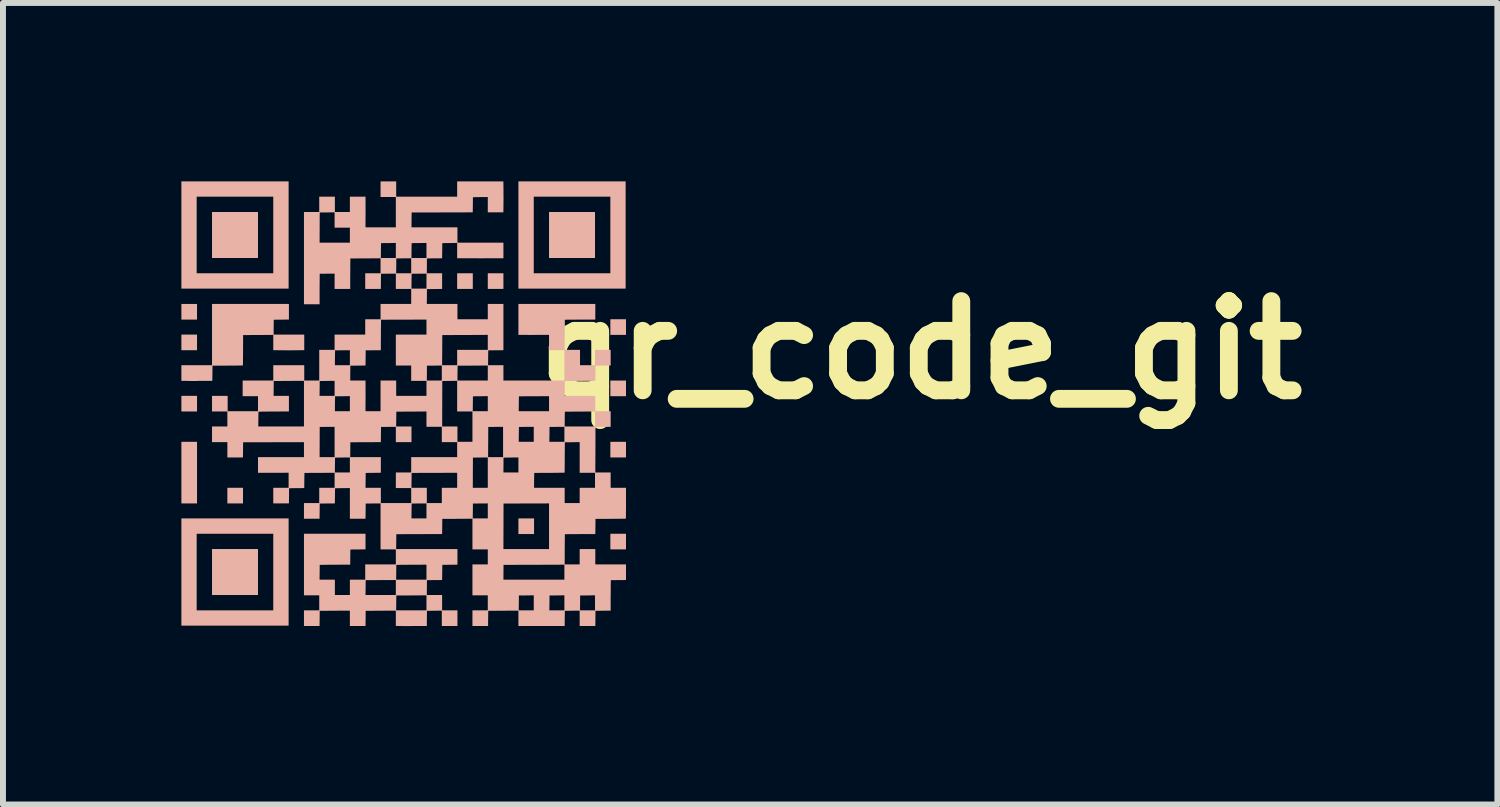
<source format=kicad_pcb>
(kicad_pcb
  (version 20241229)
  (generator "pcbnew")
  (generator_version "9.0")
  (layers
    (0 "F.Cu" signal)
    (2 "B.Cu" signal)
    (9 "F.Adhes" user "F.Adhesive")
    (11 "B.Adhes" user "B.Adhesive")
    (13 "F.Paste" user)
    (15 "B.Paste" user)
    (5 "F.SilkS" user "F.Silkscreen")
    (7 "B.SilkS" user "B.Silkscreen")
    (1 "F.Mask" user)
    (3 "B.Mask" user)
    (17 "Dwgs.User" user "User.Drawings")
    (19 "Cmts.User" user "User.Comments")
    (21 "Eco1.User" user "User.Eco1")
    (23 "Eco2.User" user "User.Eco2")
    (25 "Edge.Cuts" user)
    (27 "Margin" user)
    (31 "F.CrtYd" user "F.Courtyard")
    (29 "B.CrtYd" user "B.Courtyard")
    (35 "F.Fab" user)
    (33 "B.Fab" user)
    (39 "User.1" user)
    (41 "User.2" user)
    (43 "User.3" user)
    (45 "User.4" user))
  (footprint "qr_code_git"
    (layer "F.Cu")
    (at 3.735 3.735)
    (property "Reference" "qr_code_git" (at 8.7 -0.9 0) (layer "F.SilkS") (effects (font (size 1.5 1.5) (thickness 0.3))))
    (attr board_only exclude_from_pos_files exclude_from_bom)
    (fp_poly (pts (xy -3.472 -1.543) (xy -3.472 -1.411) (xy -3.604 -1.411) (xy -3.735 -1.411) (xy -3.735 -1.543) (xy -3.735 -1.674) (xy -3.604 -1.674) (xy -3.472 -1.674)) (stroke (width 0) (type solid)) (fill yes) (layer "B.SilkS"))
    (fp_poly (pts (xy -3.472 -1.028) (xy -3.472 -0.896) (xy -3.604 -0.896) (xy -3.735 -0.896) (xy -3.735 -1.028) (xy -3.735 -1.159) (xy -3.604 -1.159) (xy -3.472 -1.159)) (stroke (width 0) (type solid)) (fill yes) (layer "B.SilkS"))
    (fp_poly (pts (xy -3.472 0.003) (xy -3.472 0.134) (xy -3.604 0.134) (xy -3.735 0.134) (xy -3.735 0.003) (xy -3.735 -0.129) (xy -3.604 -0.129) (xy -3.472 -0.129)) (stroke (width 0) (type solid)) (fill yes) (layer "B.SilkS"))
    (fp_poly (pts (xy -2.699 1.548) (xy -2.699 1.68) (xy -2.831 1.68) (xy -2.962 1.68) (xy -2.962 1.548) (xy -2.962 1.417) (xy -2.831 1.417) (xy -2.699 1.417)) (stroke (width 0) (type solid)) (fill yes) (layer "B.SilkS"))
    (fp_poly (pts (xy -2.447 -2.834) (xy -2.447 -2.447) (xy -2.834 -2.447) (xy -3.22 -2.447) (xy -3.22 -2.834) (xy -3.22 -3.22) (xy -2.834 -3.22) (xy -2.447 -3.22)) (stroke (width 0) (type solid)) (fill yes) (layer "B.SilkS"))
    (fp_poly (pts (xy -2.447 2.834) (xy -2.447 3.22) (xy -2.834 3.22) (xy -3.22 3.22) (xy -3.22 2.834) (xy -3.22 2.447) (xy -2.834 2.447) (xy -2.447 2.447)) (stroke (width 0) (type solid)) (fill yes) (layer "B.SilkS"))
    (fp_poly (pts (xy 1.165 -2.058) (xy 1.165 -1.927) (xy 1.033 -1.927) (xy 0.902 -1.927) (xy 0.902 -2.058) (xy 0.902 -2.19) (xy 1.033 -2.19) (xy 1.165 -2.19)) (stroke (width 0) (type solid)) (fill yes) (layer "B.SilkS"))
    (fp_poly (pts (xy 1.68 -2.058) (xy 1.68 -1.927) (xy 1.548 -1.927) (xy 1.417 -1.927) (xy 1.417 -2.058) (xy 1.417 -2.19) (xy 1.548 -2.19) (xy 1.68 -2.19)) (stroke (width 0) (type solid)) (fill yes) (layer "B.SilkS"))
    (fp_poly (pts (xy 2.195 2.063) (xy 2.195 2.195) (xy 2.063 2.195) (xy 1.932 2.195) (xy 1.932 2.063) (xy 1.932 1.932) (xy 2.063 1.932) (xy 2.195 1.932)) (stroke (width 0) (type solid)) (fill yes) (layer "B.SilkS"))
    (fp_poly (pts (xy 3.22 -2.834) (xy 3.22 -2.447) (xy 2.834 -2.447) (xy 2.447 -2.447) (xy 2.447 -2.834) (xy 2.447 -3.22) (xy 2.834 -3.22) (xy 3.22 -3.22)) (stroke (width 0) (type solid)) (fill yes) (layer "B.SilkS"))
    (fp_poly (pts (xy 3.741 -1.285) (xy 3.741 -1.154) (xy 3.609 -1.154) (xy 3.478 -1.154) (xy 3.478 -1.285) (xy 3.478 -1.417) (xy 3.609 -1.417) (xy 3.741 -1.417)) (stroke (width 0) (type solid)) (fill yes) (layer "B.SilkS"))
    (fp_poly (pts (xy 3.741 -0.255) (xy 3.741 -0.123) (xy 3.609 -0.123) (xy 3.478 -0.123) (xy 3.478 -0.255) (xy 3.478 -0.386) (xy 3.609 -0.386) (xy 3.741 -0.386)) (stroke (width 0) (type solid)) (fill yes) (layer "B.SilkS"))
    (fp_poly (pts (xy 3.741 0.775) (xy 3.741 0.907) (xy 3.609 0.907) (xy 3.478 0.907) (xy 3.478 0.775) (xy 3.478 0.644) (xy 3.609 0.644) (xy 3.741 0.644)) (stroke (width 0) (type solid)) (fill yes) (layer "B.SilkS"))
    (fp_poly (pts (xy 3.741 2.321) (xy 3.741 2.453) (xy 3.609 2.453) (xy 3.478 2.453) (xy 3.478 2.321) (xy 3.478 2.19) (xy 3.609 2.19) (xy 3.741 2.19)) (stroke (width 0) (type solid)) (fill yes) (layer "B.SilkS"))
    (fp_poly (pts (xy -1.932 -2.834) (xy -1.932 -1.932) (xy -2.834 -1.932) (xy -3.735 -1.932) (xy -3.735 -2.834) (xy -3.478 -2.834) (xy -3.478 -2.19) (xy -2.834 -2.19) (xy -2.19 -2.19) (xy -2.19 -2.834) (xy -2.19 -3.478) (xy -2.834 -3.478) (xy -3.478 -3.478) (xy -3.478 -2.834) (xy -3.735 -2.834) (xy -3.735 -3.735) (xy -2.834 -3.735) (xy -1.932 -3.735)) (stroke (width 0) (type solid)) (fill yes) (layer "B.SilkS"))
    (fp_poly (pts (xy -1.932 2.834) (xy -1.932 3.735) (xy -2.834 3.735) (xy -3.735 3.735) (xy -3.735 2.834) (xy -3.478 2.834) (xy -3.478 3.478) (xy -2.834 3.478) (xy -2.19 3.478) (xy -2.19 2.834) (xy -2.19 2.19) (xy -2.834 2.19) (xy -3.478 2.19) (xy -3.478 2.834) (xy -3.735 2.834) (xy -3.735 1.932) (xy -2.834 1.932) (xy -1.932 1.932)) (stroke (width 0) (type solid)) (fill yes) (layer "B.SilkS"))
    (fp_poly (pts (xy 3.735 -2.834) (xy 3.735 -1.932) (xy 2.834 -1.932) (xy 1.932 -1.932) (xy 1.932 -2.834) (xy 2.19 -2.834) (xy 2.19 -2.19) (xy 2.834 -2.19) (xy 3.478 -2.19) (xy 3.478 -2.834) (xy 3.478 -3.478) (xy 2.834 -3.478) (xy 2.19 -3.478) (xy 2.19 -2.834) (xy 1.932 -2.834) (xy 1.932 -3.735) (xy 2.834 -3.735) (xy 3.735 -3.735)) (stroke (width 0) (type solid)) (fill yes) (layer "B.SilkS"))
    (fp_poly (pts (xy -3.472 0.773) (xy -3.472 0.806) (xy -3.472 0.847) (xy -3.472 0.896) (xy -3.472 0.95) (xy -3.472 1.007) (xy -3.472 1.067) (xy -3.472 1.126) (xy -3.472 1.165) (xy -3.472 1.222) (xy -3.472 1.281) (xy -3.472 1.34) (xy -3.472 1.396) (xy -3.472 1.448) (xy -3.472 1.494) (xy -3.472 1.533) (xy -3.472 1.554) (xy -3.472 1.68) (xy -3.604 1.68) (xy -3.735 1.68) (xy -3.735 1.162) (xy -3.735 0.644) (xy -3.604 0.644) (xy -3.472 0.644)) (stroke (width 0) (type solid)) (fill yes) (layer "B.SilkS"))
    (fp_poly (pts (xy -1.927 -1.543) (xy -1.927 -1.412) (xy -2.054 -1.41) (xy -2.182 -1.409) (xy -2.183 -1.284) (xy -2.184 -1.159) (xy -1.927 -1.159) (xy -1.669 -1.159) (xy -1.669 -1.028) (xy -1.669 -0.897) (xy -1.799 -0.895) (xy -1.846 -0.895) (xy -1.9 -0.894) (xy -1.956 -0.894) (xy -2.01 -0.895) (xy -2.057 -0.895) (xy -2.059 -0.895) (xy -2.19 -0.897) (xy -2.19 -1.025) (xy -2.19 -1.154) (xy -2.443 -1.152) (xy -2.697 -1.151) (xy -2.698 -0.897) (xy -2.698 -0.846) (xy -2.699 -0.798) (xy -2.699 -0.754) (xy -2.699 -0.716) (xy -2.7 -0.685) (xy -2.7 -0.661) (xy -2.701 -0.646) (xy -2.701 -0.64) (xy -2.707 -0.64) (xy -2.722 -0.64) (xy -2.746 -0.639) (xy -2.777 -0.639) (xy -2.815 -0.638) (xy -2.859 -0.638) (xy -2.907 -0.638) (xy -2.957 -0.637) (xy -3.212 -0.636) (xy -3.213 -0.508) (xy -3.215 -0.381) (xy -3.338 -0.381) (xy -3.373 -0.381) (xy -3.405 -0.381) (xy -3.432 -0.381) (xy -3.453 -0.38) (xy -3.465 -0.38) (xy -3.468 -0.38) (xy -3.475 -0.379) (xy -3.491 -0.379) (xy -3.515 -0.379) (xy -3.545 -0.379) (xy -3.58 -0.379) (xy -3.605 -0.38) (xy -3.735 -0.381) (xy -3.735 -0.513) (xy -3.735 -0.644) (xy -3.478 -0.644) (xy -3.22 -0.644) (xy -3.22 -1.159) (xy -3.22 -1.674) (xy -2.573 -1.674) (xy -1.927 -1.674)) (stroke (width 0) (type solid)) (fill yes) (layer "B.SilkS"))
    (fp_poly (pts (xy -0.123 -3.606) (xy -0.123 -3.478) (xy 0.389 -3.478) (xy 0.902 -3.478) (xy 0.902 -3.606) (xy 0.902 -3.735) (xy 1.29 -3.735) (xy 1.679 -3.735) (xy 1.681 -3.605) (xy 1.681 -3.558) (xy 1.681 -3.504) (xy 1.682 -3.448) (xy 1.681 -3.394) (xy 1.681 -3.347) (xy 1.681 -3.345) (xy 1.679 -3.215) (xy 1.548 -3.215) (xy 1.417 -3.215) (xy 1.417 -3.343) (xy 1.417 -3.472) (xy 1.292 -3.471) (xy 1.167 -3.469) (xy 1.166 -3.342) (xy 1.164 -3.215) (xy 1.037 -3.214) (xy 1.01 -3.214) (xy 0.973 -3.214) (xy 0.928 -3.214) (xy 0.876 -3.214) (xy 0.818 -3.214) (xy 0.756 -3.214) (xy 0.691 -3.214) (xy 0.624 -3.213) (xy 0.556 -3.213) (xy 0.523 -3.213) (xy 0.137 -3.212) (xy 0.135 -3.087) (xy 0.134 -2.962) (xy 0.52 -2.962) (xy 0.907 -2.962) (xy 0.907 -2.834) (xy 0.907 -2.705) (xy 1.293 -2.705) (xy 1.68 -2.705) (xy 1.68 -2.573) (xy 1.68 -2.442) (xy 1.554 -2.442) (xy 1.509 -2.442) (xy 1.457 -2.442) (xy 1.402 -2.442) (xy 1.349 -2.442) (xy 1.301 -2.441) (xy 1.293 -2.441) (xy 1.246 -2.442) (xy 1.193 -2.442) (xy 1.137 -2.442) (xy 1.084 -2.442) (xy 1.037 -2.442) (xy 1.03 -2.442) (xy 0.902 -2.442) (xy 0.902 -2.571) (xy 0.902 -2.7) (xy 0.777 -2.698) (xy 0.652 -2.697) (xy 0.651 -2.569) (xy 0.649 -2.442) (xy 0.522 -2.441) (xy 0.394 -2.439) (xy 0.393 -2.314) (xy 0.392 -2.19) (xy 0.52 -2.19) (xy 0.649 -2.19) (xy 0.649 -2.058) (xy 0.649 -1.927) (xy 0.522 -1.925) (xy 0.394 -1.924) (xy 0.393 -1.799) (xy 0.392 -1.674) (xy 0.649 -1.674) (xy 0.907 -1.674) (xy 0.907 -1.546) (xy 0.907 -1.417) (xy 1.162 -1.417) (xy 1.417 -1.417) (xy 1.417 -1.546) (xy 1.417 -1.674) (xy 1.548 -1.674) (xy 1.68 -1.674) (xy 1.68 -1.546) (xy 1.68 -1.5) (xy 1.68 -1.447) (xy 1.68 -1.392) (xy 1.68 -1.338) (xy 1.68 -1.289) (xy 1.68 -1.283) (xy 1.68 -1.236) (xy 1.68 -1.183) (xy 1.68 -1.128) (xy 1.68 -1.076) (xy 1.68 -1.029) (xy 1.68 -1.022) (xy 1.68 -0.896) (xy 1.552 -0.895) (xy 1.425 -0.894) (xy 1.423 -0.769) (xy 1.422 -0.644) (xy 1.551 -0.644) (xy 1.68 -0.644) (xy 1.68 -0.515) (xy 1.68 -0.386) (xy 2.192 -0.386) (xy 2.705 -0.386) (xy 2.705 -0.641) (xy 2.705 -0.896) (xy 2.576 -0.896) (xy 2.447 -0.896) (xy 2.447 -1.025) (xy 2.447 -1.154) (xy 2.32 -1.154) (xy 2.273 -1.154) (xy 2.221 -1.154) (xy 2.166 -1.153) (xy 2.112 -1.153) (xy 2.065 -1.154) (xy 2.062 -1.154) (xy 1.932 -1.154) (xy 1.932 -1.414) (xy 1.932 -1.674) (xy 2.579 -1.674) (xy 3.225 -1.674) (xy 3.225 -1.543) (xy 3.225 -1.411) (xy 3.098 -1.411) (xy 3.051 -1.411) (xy 2.998 -1.411) (xy 2.943 -1.411) (xy 2.89 -1.41) (xy 2.843 -1.41) (xy 2.842 -1.41) (xy 2.713 -1.409) (xy 2.711 -1.155) (xy 2.71 -0.902) (xy 2.839 -0.902) (xy 2.968 -0.902) (xy 2.968 -0.773) (xy 2.968 -0.644) (xy 3.094 -0.644) (xy 3.22 -0.644) (xy 3.22 -0.773) (xy 3.22 -0.902) (xy 3.351 -0.902) (xy 3.483 -0.902) (xy 3.483 -0.77) (xy 3.483 -0.639) (xy 3.355 -0.637) (xy 3.228 -0.636) (xy 3.227 -0.508) (xy 3.225 -0.381) (xy 3.098 -0.381) (xy 3.051 -0.381) (xy 2.998 -0.38) (xy 2.943 -0.38) (xy 2.89 -0.38) (xy 2.843 -0.379) (xy 2.842 -0.379) (xy 2.713 -0.378) (xy 2.711 -0.254) (xy 2.71 -0.129) (xy 2.968 -0.129) (xy 3.225 -0.129) (xy 3.225 0) (xy 3.225 0.129) (xy 3.354 0.129) (xy 3.483 0.129) (xy 3.483 0.26) (xy 3.483 0.392) (xy 3.355 0.393) (xy 3.228 0.394) (xy 3.227 0.777) (xy 3.225 1.159) (xy 3.354 1.159) (xy 3.483 1.159) (xy 3.483 1.288) (xy 3.483 1.417) (xy 3.612 1.417) (xy 3.741 1.417) (xy 3.741 1.547) (xy 3.741 1.609) (xy 3.741 1.668) (xy 3.741 1.723) (xy 3.741 1.774) (xy 3.74 1.82) (xy 3.74 1.859) (xy 3.74 1.891) (xy 3.739 1.915) (xy 3.739 1.931) (xy 3.738 1.936) (xy 3.733 1.936) (xy 3.718 1.937) (xy 3.694 1.937) (xy 3.662 1.937) (xy 3.625 1.938) (xy 3.581 1.938) (xy 3.533 1.938) (xy 3.482 1.939) (xy 3.228 1.94) (xy 3.227 2.067) (xy 3.225 2.195) (xy 3.098 2.195) (xy 3.051 2.195) (xy 2.998 2.195) (xy 2.943 2.196) (xy 2.89 2.196) (xy 2.843 2.196) (xy 2.842 2.196) (xy 2.713 2.198) (xy 2.711 2.451) (xy 2.71 2.705) (xy 2.836 2.705) (xy 2.962 2.705) (xy 2.962 2.576) (xy 2.962 2.447) (xy 3.094 2.447) (xy 3.225 2.447) (xy 3.225 2.576) (xy 3.225 2.705) (xy 3.483 2.705) (xy 3.741 2.705) (xy 3.741 2.836) (xy 3.741 2.968) (xy 3.613 2.969) (xy 3.486 2.97) (xy 3.484 3.099) (xy 3.484 3.146) (xy 3.484 3.199) (xy 3.483 3.254) (xy 3.483 3.307) (xy 3.483 3.354) (xy 3.483 3.355) (xy 3.483 3.483) (xy 3.355 3.484) (xy 3.228 3.486) (xy 3.227 3.613) (xy 3.225 3.741) (xy 3.094 3.741) (xy 2.962 3.741) (xy 2.962 3.612) (xy 2.962 3.483) (xy 2.838 3.484) (xy 2.713 3.486) (xy 2.711 3.613) (xy 2.71 3.741) (xy 2.584 3.741) (xy 2.539 3.741) (xy 2.487 3.741) (xy 2.433 3.741) (xy 2.379 3.741) (xy 2.331 3.741) (xy 2.324 3.741) (xy 2.276 3.741) (xy 2.223 3.741) (xy 2.168 3.741) (xy 2.114 3.741) (xy 2.067 3.741) (xy 2.061 3.741) (xy 1.932 3.741) (xy 1.932 3.612) (xy 1.932 3.483) (xy 1.678 3.484) (xy 1.425 3.486) (xy 1.423 3.613) (xy 1.422 3.741) (xy 1.291 3.741) (xy 1.159 3.741) (xy 1.159 3.609) (xy 1.159 3.478) (xy 1.288 3.478) (xy 1.417 3.478) (xy 1.937 3.478) (xy 2.063 3.478) (xy 2.19 3.478) (xy 2.452 3.478) (xy 2.579 3.478) (xy 2.705 3.478) (xy 2.968 3.478) (xy 3.094 3.478) (xy 3.22 3.478) (xy 3.22 3.351) (xy 3.22 3.225) (xy 3.095 3.227) (xy 2.97 3.228) (xy 2.969 3.353) (xy 2.968 3.478) (xy 2.705 3.478) (xy 2.705 3.351) (xy 2.705 3.225) (xy 2.58 3.227) (xy 2.455 3.228) (xy 2.454 3.353) (xy 2.452 3.478) (xy 2.19 3.478) (xy 2.19 3.351) (xy 2.19 3.225) (xy 2.065 3.227) (xy 1.94 3.228) (xy 1.939 3.353) (xy 1.937 3.478) (xy 1.417 3.478) (xy 1.417 3.351) (xy 1.417 3.225) (xy 1.288 3.225) (xy 1.159 3.225) (xy 1.159 2.965) (xy 1.159 2.962) (xy 1.68 2.962) (xy 2.192 2.962) (xy 2.705 2.962) (xy 2.705 2.836) (xy 2.705 2.71) (xy 2.194 2.712) (xy 1.682 2.713) (xy 1.681 2.838) (xy 1.68 2.962) (xy 1.159 2.962) (xy 1.159 2.705) (xy 1.288 2.705) (xy 1.417 2.705) (xy 1.417 2.579) (xy 1.417 2.453) (xy 1.288 2.453) (xy 1.159 2.453) (xy 1.159 2.447) (xy 1.68 2.447) (xy 2.064 2.447) (xy 2.447 2.447) (xy 2.447 2.064) (xy 2.447 1.68) (xy 2.065 1.681) (xy 1.682 1.682) (xy 1.681 2.065) (xy 1.68 2.447) (xy 1.159 2.447) (xy 1.159 2.195) (xy 1.159 1.937) (xy 0.906 1.939) (xy 0.652 1.94) (xy 0.651 2.067) (xy 0.649 2.195) (xy 0.522 2.195) (xy 0.489 2.195) (xy 0.447 2.195) (xy 0.399 2.195) (xy 0.345 2.196) (xy 0.288 2.196) (xy 0.229 2.196) (xy 0.171 2.196) (xy 0.137 2.196) (xy -0.121 2.198) (xy -0.122 2.322) (xy -0.124 2.447) (xy 0.392 2.447) (xy 0.907 2.447) (xy 0.907 2.579) (xy 0.907 2.71) (xy 0.779 2.711) (xy 0.652 2.713) (xy 0.651 2.84) (xy 0.649 2.968) (xy 0.522 2.969) (xy 0.394 2.97) (xy 0.393 3.095) (xy 0.392 3.22) (xy 0.52 3.22) (xy 0.649 3.22) (xy 0.649 3.349) (xy 0.649 3.478) (xy 0.778 3.478) (xy 0.907 3.478) (xy 0.907 3.609) (xy 0.907 3.741) (xy 0.775 3.741) (xy 0.644 3.741) (xy 0.644 3.612) (xy 0.644 3.483) (xy 0.519 3.484) (xy 0.394 3.486) (xy 0.393 3.613) (xy 0.392 3.741) (xy 0.269 3.741) (xy 0.233 3.741) (xy 0.201 3.741) (xy 0.174 3.741) (xy 0.153 3.741) (xy 0.141 3.742) (xy 0.139 3.742) (xy 0.131 3.742) (xy 0.115 3.742) (xy 0.091 3.742) (xy 0.061 3.742) (xy 0.027 3.742) (xy 0.001 3.742) (xy -0.129 3.74) (xy -0.129 3.612) (xy -0.129 3.483) (xy -0.382 3.484) (xy -0.636 3.486) (xy -0.637 3.613) (xy -0.639 3.741) (xy -0.77 3.741) (xy -0.902 3.741) (xy -0.902 3.612) (xy -0.902 3.483) (xy -1.155 3.484) (xy -1.409 3.486) (xy -1.41 3.613) (xy -1.412 3.741) (xy -1.543 3.741) (xy -1.674 3.741) (xy -1.674 3.609) (xy -1.674 3.478) (xy -1.546 3.478) (xy -1.417 3.478) (xy -0.124 3.478) (xy 0.131 3.478) (xy 0.386 3.478) (xy 0.386 3.351) (xy 0.386 3.225) (xy 0.133 3.227) (xy -0.121 3.228) (xy -0.122 3.353) (xy -0.124 3.478) (xy -1.417 3.478) (xy -1.417 3.351) (xy -1.417 3.225) (xy -1.546 3.225) (xy -1.674 3.225) (xy -1.674 2.707) (xy -1.674 2.19) (xy -1.156 2.19) (xy -0.639 2.19) (xy -0.639 2.321) (xy -0.639 2.452) (xy -0.766 2.454) (xy -0.894 2.455) (xy -0.895 2.583) (xy -0.896 2.71) (xy -1.024 2.71) (xy -1.07 2.71) (xy -1.123 2.711) (xy -1.178 2.711) (xy -1.232 2.711) (xy -1.279 2.712) (xy -1.28 2.712) (xy -1.409 2.713) (xy -1.41 2.838) (xy -1.412 2.962) (xy -1.283 2.962) (xy -1.154 2.962) (xy -1.154 3.091) (xy -1.154 3.22) (xy -1.028 3.22) (xy -0.902 3.22) (xy -0.639 3.22) (xy -0.384 3.22) (xy -0.129 3.22) (xy -0.129 3.094) (xy -0.129 2.968) (xy -0.382 2.969) (xy -0.636 2.97) (xy -0.637 3.095) (xy -0.639 3.22) (xy -0.902 3.22) (xy -0.902 3.091) (xy -0.902 2.962) (xy -0.773 2.962) (xy -0.644 2.962) (xy -0.124 2.962) (xy 0.131 2.962) (xy 0.386 2.962) (xy 0.386 2.836) (xy 0.386 2.71) (xy 0.133 2.711) (xy -0.121 2.713) (xy -0.122 2.838) (xy -0.124 2.962) (xy -0.644 2.962) (xy -0.644 2.834) (xy -0.644 2.705) (xy -0.386 2.705) (xy -0.129 2.705) (xy -0.129 2.579) (xy -0.129 2.453) (xy -0.258 2.453) (xy -0.386 2.453) (xy -0.386 2.066) (xy -0.386 1.932) (xy 0.134 1.932) (xy 0.26 1.932) (xy 0.386 1.932) (xy 1.164 1.932) (xy 1.291 1.932) (xy 1.417 1.932) (xy 1.417 1.806) (xy 1.417 1.68) (xy 1.292 1.681) (xy 1.167 1.682) (xy 1.166 1.807) (xy 1.164 1.932) (xy 0.386 1.932) (xy 0.386 1.806) (xy 0.386 1.68) (xy 0.262 1.681) (xy 0.137 1.682) (xy 0.135 1.807) (xy 0.134 1.932) (xy -0.386 1.932) (xy -0.386 1.68) (xy -0.511 1.681) (xy -0.636 1.682) (xy -0.637 1.81) (xy -0.639 1.937) (xy -0.77 1.937) (xy -0.902 1.937) (xy -0.902 1.68) (xy -0.902 1.422) (xy -1.026 1.423) (xy -1.151 1.425) (xy -1.153 1.552) (xy -1.154 1.68) (xy -1.281 1.681) (xy -1.409 1.682) (xy -1.41 1.81) (xy -1.412 1.937) (xy -1.543 1.937) (xy -1.674 1.937) (xy -1.674 1.806) (xy -1.674 1.674) (xy -1.546 1.674) (xy -1.417 1.674) (xy -1.417 1.546) (xy -1.417 1.417) (xy -1.288 1.417) (xy -1.159 1.417) (xy -1.159 1.291) (xy -1.159 1.165) (xy -1.413 1.166) (xy -1.666 1.167) (xy -1.668 1.295) (xy -1.669 1.422) (xy -1.797 1.423) (xy -1.924 1.425) (xy -1.925 1.552) (xy -1.927 1.68) (xy -2.058 1.68) (xy -2.19 1.68) (xy -2.19 1.548) (xy -2.19 1.417) (xy -2.061 1.417) (xy -1.932 1.417) (xy -1.932 1.29) (xy -1.932 1.164) (xy -2.059 1.165) (xy -2.106 1.165) (xy -2.158 1.165) (xy -2.214 1.165) (xy -2.267 1.165) (xy -2.314 1.165) (xy -2.317 1.165) (xy -2.447 1.165) (xy -2.447 1.159) (xy -1.154 1.159) (xy -1.028 1.159) (xy -0.902 1.159) (xy -0.902 1.033) (xy -0.902 0.907) (xy -1.026 0.908) (xy -1.151 0.91) (xy -1.153 1.034) (xy -1.154 1.159) (xy -2.447 1.159) (xy -2.447 1.033) (xy -2.447 0.902) (xy -2.061 0.902) (xy -1.674 0.902) (xy -1.411 0.902) (xy -1.285 0.902) (xy -1.159 0.902) (xy -0.896 0.902) (xy -0.639 0.902) (xy -0.381 0.902) (xy -0.381 1.033) (xy -0.381 1.164) (xy -0.508 1.166) (xy -0.636 1.167) (xy -0.637 1.292) (xy -0.639 1.417) (xy -0.51 1.417) (xy -0.381 1.417) (xy -0.381 1.546) (xy -0.381 1.674) (xy -0.126 1.674) (xy 0.129 1.674) (xy 0.129 1.548) (xy 0.129 1.422) (xy 0 1.422) (xy -0.129 1.422) (xy -0.129 1.417) (xy 0.134 1.417) (xy 0.263 1.417) (xy 0.392 1.417) (xy 0.392 1.546) (xy 0.392 1.674) (xy 0.518 1.674) (xy 0.644 1.674) (xy 0.644 1.546) (xy 0.644 1.417) (xy 0.773 1.417) (xy 0.902 1.417) (xy 1.165 1.417) (xy 1.291 1.417) (xy 1.417 1.417) (xy 2.195 1.417) (xy 2.452 1.417) (xy 2.71 1.417) (xy 2.71 1.546) (xy 2.71 1.674) (xy 2.836 1.674) (xy 2.962 1.674) (xy 2.962 1.546) (xy 2.962 1.417) (xy 3.091 1.417) (xy 3.22 1.417) (xy 3.22 1.291) (xy 3.22 1.165) (xy 3.091 1.165) (xy 2.962 1.165) (xy 2.962 0.907) (xy 2.962 0.649) (xy 2.838 0.651) (xy 2.713 0.652) (xy 2.711 0.906) (xy 2.711 0.958) (xy 2.711 1.005) (xy 2.71 1.049) (xy 2.71 1.087) (xy 2.71 1.118) (xy 2.709 1.142) (xy 2.709 1.157) (xy 2.708 1.163) (xy 2.703 1.163) (xy 2.688 1.164) (xy 2.664 1.164) (xy 2.632 1.164) (xy 2.594 1.165) (xy 2.551 1.165) (xy 2.503 1.166) (xy 2.452 1.166) (xy 2.198 1.167) (xy 2.196 1.292) (xy 2.195 1.417) (xy 1.417 1.417) (xy 1.417 1.162) (xy 1.417 1.159) (xy 1.68 1.159) (xy 1.806 1.159) (xy 1.932 1.159) (xy 1.932 1.033) (xy 1.932 0.907) (xy 1.807 0.908) (xy 1.682 0.91) (xy 1.681 1.034) (xy 1.68 1.159) (xy 1.417 1.159) (xy 1.417 0.907) (xy 1.292 0.908) (xy 1.167 0.91) (xy 1.166 1.163) (xy 1.165 1.417) (xy 0.902 1.417) (xy 0.902 1.291) (xy 0.902 1.165) (xy 0.519 1.166) (xy 0.137 1.167) (xy 0.135 1.292) (xy 0.134 1.417) (xy -0.129 1.417) (xy -0.129 1.291) (xy -0.129 1.159) (xy 0 1.159) (xy 0.129 1.159) (xy 0.129 1.03) (xy 0.129 0.902) (xy 0.515 0.902) (xy 0.902 0.902) (xy 1.422 0.902) (xy 1.548 0.902) (xy 1.674 0.902) (xy 1.674 0.647) (xy 1.674 0.644) (xy 1.937 0.644) (xy 2.063 0.644) (xy 2.19 0.644) (xy 2.452 0.644) (xy 2.579 0.644) (xy 2.705 0.644) (xy 2.705 0.518) (xy 2.705 0.392) (xy 2.58 0.393) (xy 2.455 0.394) (xy 2.454 0.519) (xy 2.452 0.644) (xy 2.19 0.644) (xy 2.19 0.518) (xy 2.19 0.392) (xy 2.065 0.393) (xy 1.94 0.394) (xy 1.939 0.519) (xy 1.937 0.644) (xy 1.674 0.644) (xy 1.674 0.392) (xy 1.55 0.393) (xy 1.425 0.394) (xy 1.424 0.648) (xy 1.422 0.902) (xy 0.902 0.902) (xy 0.902 0.775) (xy 0.902 0.649) (xy 0.773 0.649) (xy 0.644 0.649) (xy 0.644 0.521) (xy 0.644 0.392) (xy 0.515 0.392) (xy 0.386 0.392) (xy 0.386 0.386) (xy 0.65 0.386) (xy 0.778 0.386) (xy 0.907 0.386) (xy 0.907 0.515) (xy 0.907 0.644) (xy 1.033 0.644) (xy 1.159 0.644) (xy 1.159 0.389) (xy 1.159 0.386) (xy 2.71 0.386) (xy 2.965 0.386) (xy 3.22 0.386) (xy 3.22 0.26) (xy 3.22 0.134) (xy 2.966 0.136) (xy 2.713 0.137) (xy 2.711 0.262) (xy 2.71 0.386) (xy 1.159 0.386) (xy 1.159 0.134) (xy 1.03 0.134) (xy 0.902 0.134) (xy 0.902 0.129) (xy 1.164 0.129) (xy 1.291 0.129) (xy 1.417 0.129) (xy 1.937 0.129) (xy 2.192 0.129) (xy 2.447 0.129) (xy 2.447 0.003) (xy 2.447 -0.123) (xy 2.194 -0.122) (xy 1.94 -0.121) (xy 1.939 0.004) (xy 1.937 0.129) (xy 1.417 0.129) (xy 1.417 0.003) (xy 1.417 -0.124) (xy 1.292 -0.122) (xy 1.167 -0.121) (xy 1.166 0.004) (xy 1.164 0.129) (xy 0.902 0.129) (xy 0.902 -0.124) (xy 0.902 -0.381) (xy 0.777 -0.38) (xy 0.652 -0.378) (xy 0.651 0.004) (xy 0.65 0.386) (xy 0.386 0.386) (xy 0.386 0.263) (xy 0.386 0.134) (xy 0.133 0.136) (xy -0.121 0.137) (xy -0.122 0.262) (xy -0.124 0.386) (xy 0.005 0.386) (xy 0.134 0.386) (xy 0.134 0.518) (xy 0.134 0.649) (xy 0.003 0.649) (xy -0.129 0.649) (xy -0.129 0.52) (xy -0.129 0.392) (xy -0.254 0.393) (xy -0.378 0.394) (xy -0.38 0.522) (xy -0.381 0.649) (xy -0.509 0.65) (xy -0.555 0.65) (xy -0.608 0.65) (xy -0.663 0.65) (xy -0.716 0.651) (xy -0.764 0.651) (xy -0.765 0.651) (xy -0.894 0.652) (xy -0.895 0.777) (xy -0.896 0.902) (xy -1.159 0.902) (xy -1.159 0.647) (xy -1.159 0.392) (xy -1.284 0.393) (xy -1.409 0.394) (xy -1.41 0.648) (xy -1.411 0.902) (xy -1.674 0.902) (xy -1.674 0.776) (xy -1.674 0.65) (xy -2.186 0.651) (xy -2.697 0.652) (xy -2.698 0.779) (xy -2.7 0.907) (xy -2.831 0.907) (xy -2.962 0.907) (xy -2.962 0.778) (xy -2.962 0.649) (xy -3.091 0.649) (xy -3.22 0.649) (xy -3.22 0.518) (xy -3.22 0.386) (xy -3.091 0.386) (xy -2.962 0.386) (xy -2.442 0.386) (xy -2.058 0.386) (xy -1.674 0.386) (xy -1.674 0.129) (xy -1.154 0.129) (xy -1.028 0.129) (xy -0.902 0.129) (xy -0.902 0.003) (xy -0.902 -0.124) (xy -1.026 -0.122) (xy -1.151 -0.121) (xy -1.153 0.004) (xy -1.154 0.129) (xy -1.674 0.129) (xy -1.674 0.003) (xy -1.674 -0.129) (xy -1.412 -0.129) (xy -1.285 -0.129) (xy -1.159 -0.129) (xy -1.159 -0.255) (xy -1.159 -0.381) (xy -1.284 -0.38) (xy -1.409 -0.378) (xy -1.41 -0.254) (xy -1.412 -0.129) (xy -1.674 -0.129) (xy -1.674 -0.381) (xy -1.928 -0.38) (xy -2.182 -0.378) (xy -2.183 -0.254) (xy -2.184 -0.129) (xy -2.055 -0.129) (xy -1.927 -0.129) (xy -1.927 0.003) (xy -1.927 0.134) (xy -2.054 0.134) (xy -2.101 0.135) (xy -2.154 0.135) (xy -2.209 0.135) (xy -2.262 0.135) (xy -2.309 0.136) (xy -2.31 0.136) (xy -2.439 0.137) (xy -2.441 0.262) (xy -2.442 0.386) (xy -2.962 0.386) (xy -2.962 0.26) (xy -2.962 0.134) (xy -3.091 0.134) (xy -3.22 0.134) (xy -3.22 0.003) (xy -3.22 -0.129) (xy -3.088 -0.129) (xy -2.957 -0.129) (xy -2.957 0) (xy -2.957 0.129) (xy -2.702 0.129) (xy -2.447 0.129) (xy -2.447 0.003) (xy -2.447 -0.123) (xy -2.576 -0.123) (xy -2.705 -0.123) (xy -2.705 -0.255) (xy -2.705 -0.386) (xy -2.447 -0.386) (xy -2.19 -0.386) (xy -2.19 -0.515) (xy -2.19 -0.644) (xy -1.929 -0.644) (xy -1.669 -0.644) (xy -1.669 -0.515) (xy -1.669 -0.386) (xy -1.543 -0.386) (xy -1.417 -0.386) (xy -0.896 -0.386) (xy -0.768 -0.386) (xy -0.639 -0.386) (xy -0.638 -0.256) (xy -0.638 -0.209) (xy -0.638 -0.156) (xy -0.638 -0.101) (xy -0.638 -0.048) (xy -0.639 -0.001) (xy -0.639 0.001) (xy -0.639 0.129) (xy -0.513 0.129) (xy -0.386 0.129) (xy -0.386 -0.129) (xy -0.386 -0.386) (xy -0.255 -0.386) (xy -0.123 -0.386) (xy -0.123 -0.258) (xy -0.123 -0.129) (xy 0.131 -0.129) (xy 0.386 -0.129) (xy 0.386 -0.255) (xy 0.386 -0.381) (xy 0.258 -0.381) (xy 0.129 -0.381) (xy 0.129 -0.386) (xy 0.392 -0.386) (xy 0.518 -0.386) (xy 0.644 -0.386) (xy 0.907 -0.386) (xy 1.162 -0.386) (xy 1.417 -0.386) (xy 1.417 -0.512) (xy 1.417 -0.639) (xy 1.163 -0.637) (xy 0.91 -0.636) (xy 0.908 -0.511) (xy 0.907 -0.386) (xy 0.644 -0.386) (xy 0.644 -0.513) (xy 0.644 -0.639) (xy 0.519 -0.637) (xy 0.394 -0.636) (xy 0.393 -0.511) (xy 0.392 -0.386) (xy 0.129 -0.386) (xy 0.129 -0.51) (xy 0.129 -0.639) (xy 0 -0.639) (xy -0.129 -0.639) (xy -0.129 -0.644) (xy 0.649 -0.644) (xy 0.776 -0.644) (xy 0.902 -0.644) (xy 0.902 -0.773) (xy 0.902 -0.902) (xy 1.159 -0.902) (xy 1.417 -0.902) (xy 1.417 -1.028) (xy 1.417 -1.154) (xy 1.034 -1.152) (xy 0.652 -1.151) (xy 0.651 -0.898) (xy 0.649 -0.644) (xy -0.129 -0.644) (xy -0.129 -0.899) (xy -0.129 -1.159) (xy 0.129 -1.159) (xy 0.386 -1.159) (xy 0.386 -1.285) (xy 0.386 -1.411) (xy 0.004 -1.41) (xy -0.378 -1.409) (xy -0.379 -1.28) (xy -0.38 -1.233) (xy -0.38 -1.18) (xy -0.38 -1.125) (xy -0.381 -1.072) (xy -0.381 -1.025) (xy -0.381 -1.024) (xy -0.381 -0.896) (xy -0.508 -0.895) (xy -0.636 -0.894) (xy -0.637 -0.766) (xy -0.639 -0.639) (xy -0.766 -0.637) (xy -0.894 -0.636) (xy -0.895 -0.511) (xy -0.896 -0.386) (xy -1.417 -0.386) (xy -1.417 -0.644) (xy -1.154 -0.644) (xy -1.028 -0.644) (xy -0.902 -0.644) (xy -0.902 -0.77) (xy -0.902 -0.896) (xy -1.026 -0.895) (xy -1.151 -0.894) (xy -1.153 -0.769) (xy -1.154 -0.644) (xy -1.417 -0.644) (xy -1.417 -0.902) (xy -1.288 -0.902) (xy -1.159 -0.902) (xy -1.159 -1.03) (xy -1.159 -1.159) (xy -0.902 -1.159) (xy -0.644 -1.159) (xy -0.644 -1.288) (xy -0.644 -1.417) (xy -0.515 -1.417) (xy -0.386 -1.417) (xy -0.386 -1.546) (xy -0.386 -1.674) (xy -0.129 -1.674) (xy 0.129 -1.674) (xy 0.129 -1.8) (xy 0.129 -1.927) (xy 0 -1.927) (xy -0.129 -1.927) (xy -0.129 -1.932) (xy 0.134 -1.932) (xy 0.26 -1.932) (xy 0.386 -1.932) (xy 0.386 -2.058) (xy 0.386 -2.184) (xy 0.262 -2.183) (xy 0.137 -2.182) (xy 0.135 -2.057) (xy 0.134 -1.932) (xy -0.129 -1.932) (xy -0.129 -2.055) (xy -0.129 -2.184) (xy -0.254 -2.183) (xy -0.378 -2.182) (xy -0.38 -2.054) (xy -0.381 -1.927) (xy -0.513 -1.927) (xy -0.644 -1.927) (xy -0.644 -2.058) (xy -0.644 -2.19) (xy -0.515 -2.19) (xy -0.386 -2.19) (xy -0.124 -2.19) (xy 0.003 -2.19) (xy 0.129 -2.19) (xy 0.129 -2.316) (xy 0.129 -2.442) (xy 0.004 -2.441) (xy -0.121 -2.439) (xy -0.122 -2.314) (xy -0.124 -2.19) (xy -0.386 -2.19) (xy -0.386 -2.316) (xy -0.386 -2.442) (xy -0.64 -2.44) (xy -0.894 -2.439) (xy -0.895 -2.31) (xy -0.895 -2.263) (xy -0.895 -2.21) (xy -0.896 -2.155) (xy -0.896 -2.102) (xy -0.896 -2.055) (xy -0.896 -2.054) (xy -0.896 -1.927) (xy -1.028 -1.927) (xy -1.159 -1.927) (xy -1.159 -2.055) (xy -1.159 -2.184) (xy -1.284 -2.183) (xy -1.409 -2.182) (xy -1.41 -2.053) (xy -1.41 -2.006) (xy -1.411 -1.953) (xy -1.411 -1.897) (xy -1.411 -1.844) (xy -1.411 -1.798) (xy -1.411 -1.796) (xy -1.411 -1.669) (xy -1.543 -1.669) (xy -1.674 -1.669) (xy -1.674 -2.444) (xy -1.674 -2.447) (xy -0.381 -2.447) (xy -0.255 -2.447) (xy -0.129 -2.447) (xy 0.134 -2.447) (xy 0.26 -2.447) (xy 0.386 -2.447) (xy 0.386 -2.573) (xy 0.386 -2.7) (xy 0.262 -2.698) (xy 0.137 -2.697) (xy 0.135 -2.572) (xy 0.134 -2.447) (xy -0.129 -2.447) (xy -0.129 -2.573) (xy -0.129 -2.7) (xy -0.254 -2.698) (xy -0.378 -2.697) (xy -0.38 -2.572) (xy -0.381 -2.447) (xy -1.674 -2.447) (xy -1.674 -2.705) (xy -1.411 -2.705) (xy -1.156 -2.705) (xy -0.902 -2.705) (xy -0.902 -2.831) (xy -0.902 -2.957) (xy -1.03 -2.957) (xy -1.159 -2.957) (xy -1.159 -3.086) (xy -1.159 -3.215) (xy -1.284 -3.213) (xy -1.409 -3.212) (xy -1.41 -2.958) (xy -1.411 -2.705) (xy -1.674 -2.705) (xy -1.674 -3.22) (xy -1.546 -3.22) (xy -1.417 -3.22) (xy -1.417 -3.349) (xy -1.417 -3.478) (xy -1.285 -3.478) (xy -1.154 -3.478) (xy -1.154 -3.349) (xy -1.154 -3.22) (xy -1.028 -3.22) (xy -0.902 -3.22) (xy -0.902 -3.349) (xy -0.902 -3.478) (xy -0.77 -3.478) (xy -0.639 -3.478) (xy -0.638 -3.347) (xy -0.638 -3.3) (xy -0.638 -3.247) (xy -0.638 -3.192) (xy -0.638 -3.139) (xy -0.639 -3.092) (xy -0.639 -3.09) (xy -0.639 -2.962) (xy -0.384 -2.962) (xy -0.129 -2.962) (xy -0.129 -3.217) (xy -0.129 -3.472) (xy -0.258 -3.472) (xy -0.386 -3.472) (xy -0.386 -3.604) (xy -0.386 -3.735) (xy -0.255 -3.735) (xy -0.123 -3.735)) (stroke (width 0) (type solid)) (fill yes) (layer "B.SilkS")))
  (gr_rect
    (start -3 -3)
    (end 22.128 10.478)
    (stroke (width 0.1) (type default))
    (fill no)
    (layer "Edge.Cuts")))
</source>
